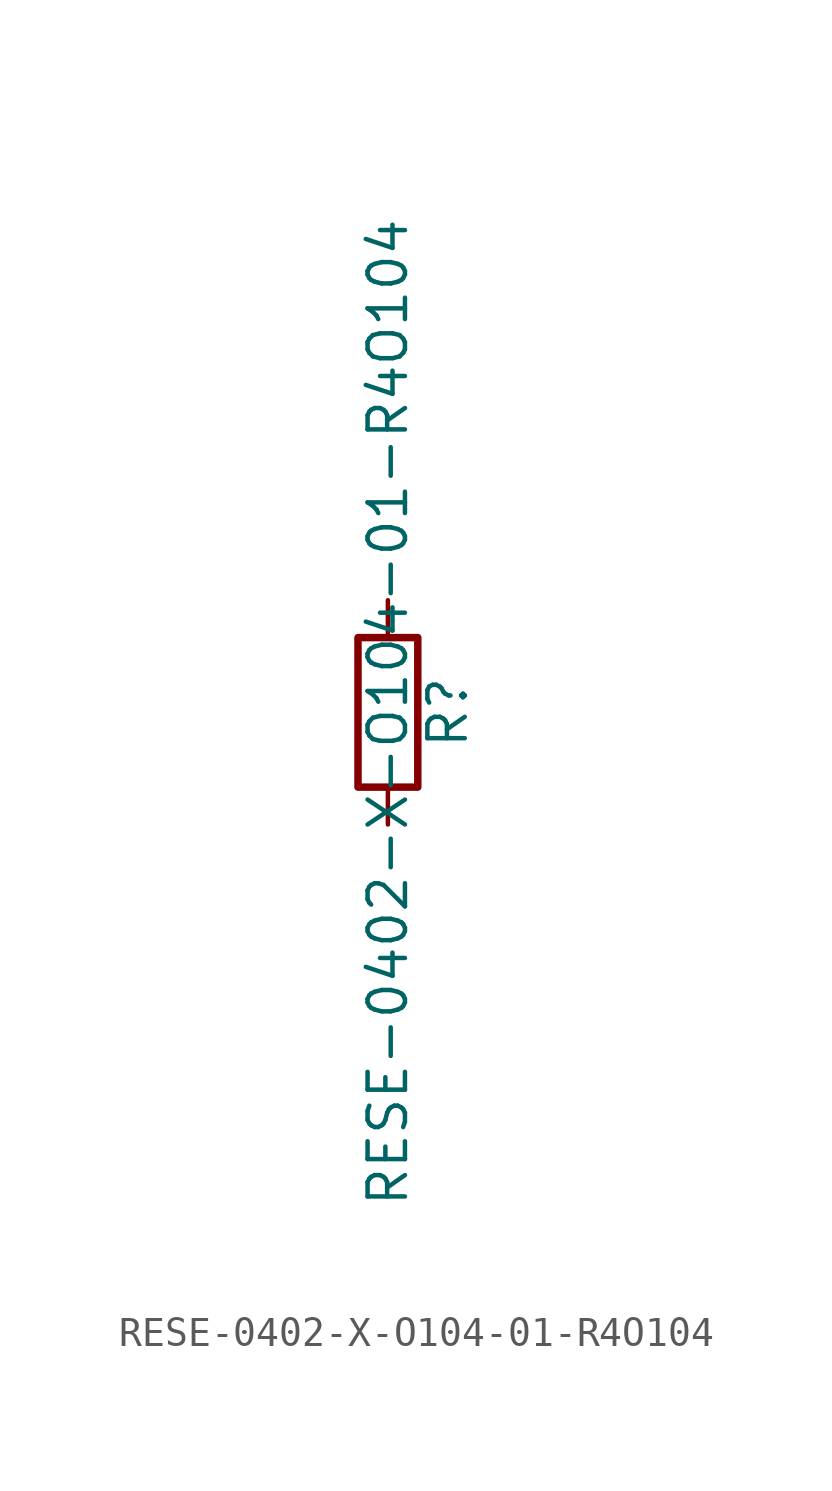
<source format=kicad_sym>
(kicad_symbol_lib
  (version 20211014)
  (generator kicad_symbol_editor)
  (symbol "RESE-0402-X-O104-01-R4O104"
    (pin_numbers hide)
    (pin_names
      (offset 0))
    (property "Reference" "R"
      (at 2.032 0 90)
      (effects (font (size 1.27 1.27))))
    (property "Value" "RESE-0402-X-O104-01-R4O104"
      (at 0 0 90)
      (effects (font (size 1.27 1.27))))
    (symbol "RESE-0402-X-O104-01-R4O104_0_1"
      (rectangle (start -1.016 -2.54) (end 1.016 2.54) (stroke (width 0.254) (type default) (color 0 0 0 0)) (fill (type none))))
    (symbol "RESE-0402-X-O104-01-R4O104_1_1"
      (pin passive line (at 0 3.81 270) (length 1.27) (name "~" (effects (font (size 1.27 1.27)))) (number "1" (effects (font (size 1.27 1.27)))))
      (pin passive line (at 0 -3.81 90) (length 1.27) (name "~" (effects (font (size 1.27 1.27)))) (number "2" (effects (font (size 1.27 1.27))))))))
</source>
